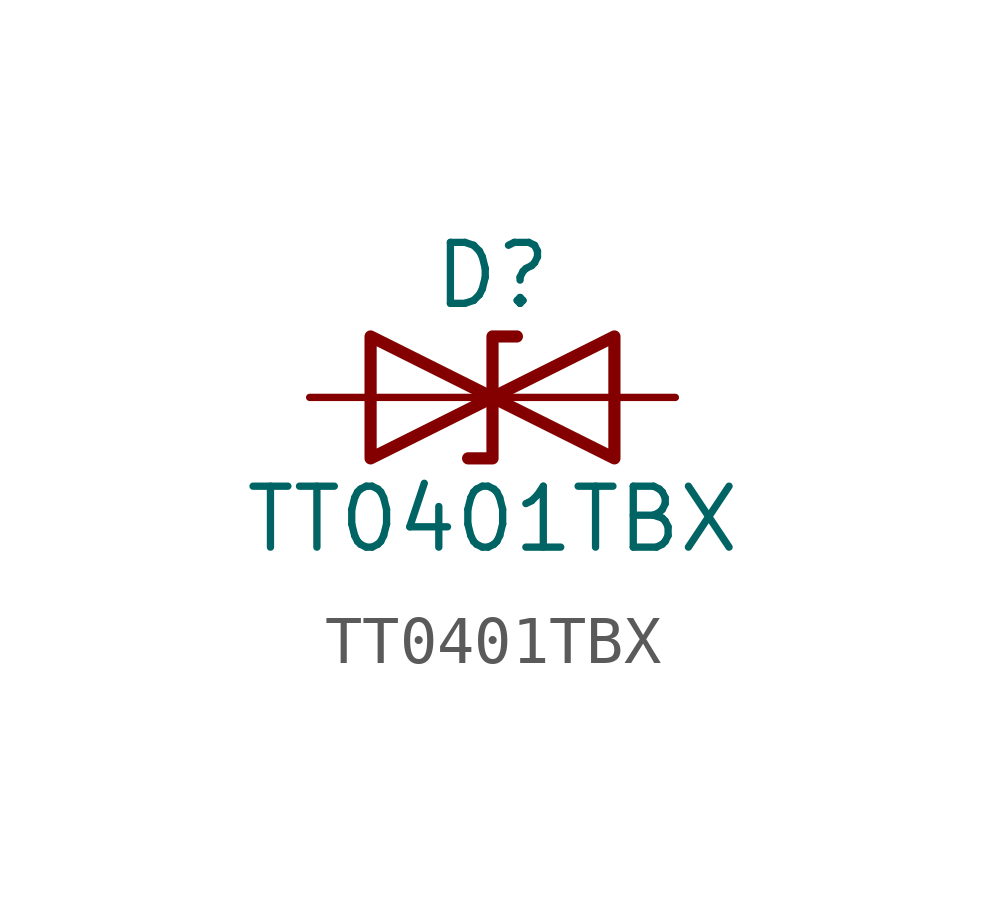
<source format=kicad_sym>
(kicad_symbol_lib
  (version 20241209)
  (generator "kicad_symbol_editor")
  (generator_version "9.0")
  (symbol "TT0401TBX"
    (pin_numbers
      (hide yes))
    (pin_names
      (offset 1.016)
      (hide yes))
    (property "Reference" "D"
      (at 0 2.54 0)
      (effects (font (size 1.27 1.27))))
    (property "Value" "TT0401TBX"
      (at 0 -2.54 0)
      (effects (font (size 1.27 1.27))))
    (symbol "TT0401TBX_0_1"
      (polyline (pts (xy -2.54 -1.27) (xy 0 0) (xy -2.54 1.27) (xy -2.54 -1.27)) (stroke (width 0.254) (type default)) (fill (type none)))
      (polyline (pts (xy 0.508 1.27) (xy 0 1.27) (xy 0 -1.27) (xy -0.508 -1.27)) (stroke (width 0.254) (type default)) (fill (type none)))
      (polyline (pts (xy 2.54 1.27) (xy 2.54 -1.27) (xy 0 0) (xy 2.54 1.27)) (stroke (width 0.254) (type default)) (fill (type none)))
      (polyline (pts (xy 2.54 0) (xy -2.54 0)) (stroke (width 0) (type default)) (fill (type none))))
    (symbol "TT0401TBX_1_1"
      (pin passive line (at -3.81 0 0) (length 1.27) (name "A1" (effects (font (size 1.27 1.27)))) (number "1" (effects (font (size 1.27 1.27)))))
      (pin passive line (at 3.81 0 180) (length 1.27) (name "A2" (effects (font (size 1.27 1.27)))) (number "2" (effects (font (size 1.27 1.27))))))))
</source>
